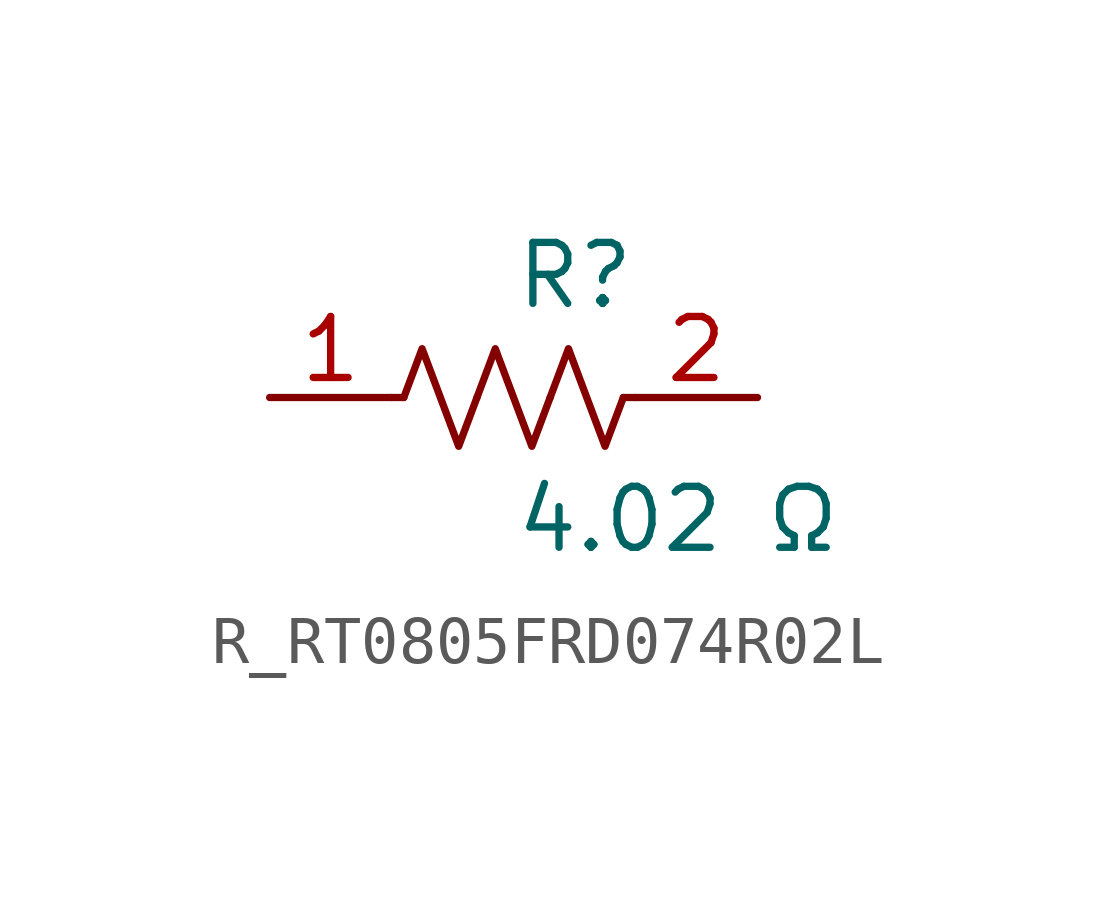
<source format=kicad_sym>
(kicad_symbol_lib
  (version 20231120)
  (generator kicad_symbol_editor)
  (generator_version 8.0)
  (symbol "R_RT0805FRD074R02L"
    (pin_names
      (offset 0.254))
    (property "Reference" "R"
      (at 0 2.54 0)
      (effects (font (size 1.27 1.27)) (justify left)))
    (property "Value" "4.02 Ω"
      (at 0 -2.54 0)
      (effects (font (size 1.27 1.27)) (justify left)))
    (symbol "R_RT0805FRD074R02L_0_1"
      (polyline (pts (xy 2.286 0) (xy 2.54 0)) (stroke (width 0) (type default)) (fill (type none)))
      (polyline (pts (xy -2.286 0) (xy -2.54 0)) (stroke (width 0) (type default)) (fill (type none)))
      (polyline (pts (xy 0.762 0) (xy 1.143 1.016) (xy 1.524 0) (xy 1.905 -1.016) (xy 2.286 0)) (stroke (width 0) (type default)) (fill (type none)))
      (polyline (pts (xy -0.762 0) (xy -0.381 1.016) (xy 0 0) (xy 0.381 -1.016) (xy 0.762 0)) (stroke (width 0) (type default)) (fill (type none)))
      (polyline (pts (xy -2.286 0) (xy -1.905 1.016) (xy -1.524 0) (xy -1.143 -1.016) (xy -0.762 0)) (stroke (width 0) (type default)) (fill (type none))))
    (pin unspecified line
      (at -5.08 0 0)
      (length 2.54)
      (name "" (effects (font (size 1.27 1.27))))
      (number "1" (effects (font (size 1.27 1.27)))))
    (pin unspecified line
      (at 5.08 0 180)
      (length 2.54)
      (name "" (effects (font (size 1.27 1.27))))
      (number "2" (effects (font (size 1.27 1.27)))))))
</source>
